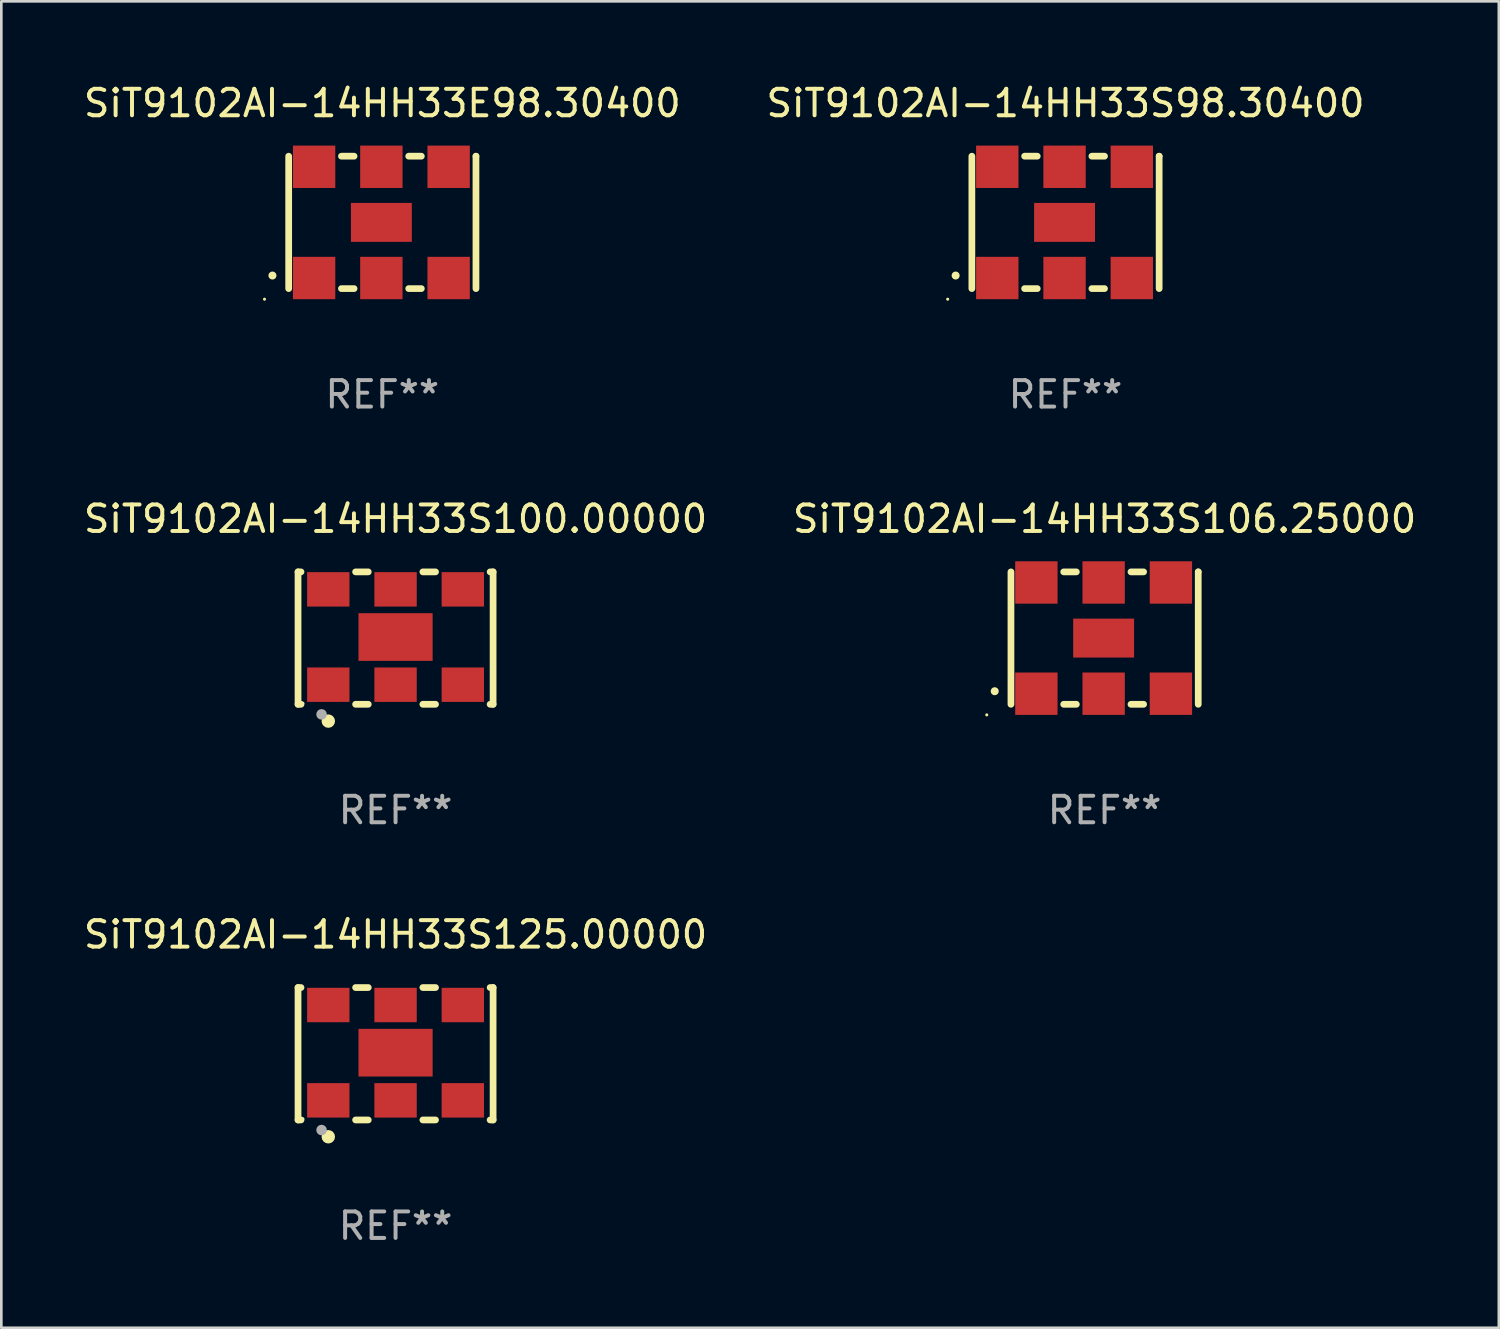
<source format=kicad_pcb>
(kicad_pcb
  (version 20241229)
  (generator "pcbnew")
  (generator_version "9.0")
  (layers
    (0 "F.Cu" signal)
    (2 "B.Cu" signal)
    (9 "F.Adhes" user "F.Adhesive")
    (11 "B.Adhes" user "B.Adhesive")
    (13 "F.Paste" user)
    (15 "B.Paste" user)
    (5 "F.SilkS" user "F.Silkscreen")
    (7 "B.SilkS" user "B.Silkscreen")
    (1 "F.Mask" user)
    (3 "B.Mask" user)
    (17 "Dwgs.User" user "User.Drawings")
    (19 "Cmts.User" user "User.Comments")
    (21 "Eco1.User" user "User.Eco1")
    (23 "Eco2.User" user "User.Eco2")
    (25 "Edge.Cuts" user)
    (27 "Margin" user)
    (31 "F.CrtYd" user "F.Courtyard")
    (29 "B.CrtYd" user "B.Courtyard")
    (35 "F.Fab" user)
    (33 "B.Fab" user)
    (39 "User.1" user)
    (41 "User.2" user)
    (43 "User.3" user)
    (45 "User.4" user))
  (footprint "SiT9102AI-14HH33S106.25000"
    (layer "F.Cu")
    (at 38.661 21.045)
    (property "Reference" "SiT9102AI-14HH33S106.25000" (at 0 -4.5 0) (layer "F.SilkS") (effects (font (size 1 1) (thickness 0.15))))
    (attr through_hole)
    (fp_line (start -3.536 -2.5) (end -3.536 2.5) (stroke (width 0.254) (type solid)) (layer "F.SilkS"))
    (fp_line (start -1.544 2.5) (end -1.067 2.5) (stroke (width 0.254) (type solid)) (layer "F.SilkS"))
    (fp_line (start -1.067 -2.5) (end -1.544 -2.5) (stroke (width 0.254) (type solid)) (layer "F.SilkS"))
    (fp_line (start 0.996 2.5) (end 1.473 2.5) (stroke (width 0.254) (type solid)) (layer "F.SilkS"))
    (fp_line (start 1.473 -2.5) (end 0.996 -2.5) (stroke (width 0.254) (type solid)) (layer "F.SilkS"))
    (fp_line (start 3.536 -2.5) (end 3.536 -2.5) (stroke (width 0.254) (type solid)) (layer "F.SilkS"))
    (fp_line (start 3.536 2.5) (end 3.536 -2.5) (stroke (width 0.254) (type solid)) (layer "F.SilkS"))
    (fp_arc (start -4.150432 2.006604) (mid -4.149162 2.006599) (end -4.147892 2.006604) (stroke (width 0.3) (type solid)) (layer "F.SilkS"))
    (fp_circle (center -4.449 2.9) (end -4.419 2.9) (stroke (width 0.06) (type solid)) (fill no) (layer "F.SilkS"))
    (fp_text user "REF**" (at 0 6.5 0) (layer "F.Fab") (effects (font (size 1 1) (thickness 0.15))))
    (pad "1" smd rect (at -2.576 2.1) (size 1.6 1.6) (layers "F.Cu" "F.Mask" "F.Paste"))
    (pad "2" smd rect (at -0.036 2.1) (size 1.6 1.6) (layers "F.Cu" "F.Mask" "F.Paste"))
    (pad "3" smd rect (at 2.504 2.1) (size 1.6 1.6) (layers "F.Cu" "F.Mask" "F.Paste"))
    (pad "4" smd rect (at 2.504 -2.1) (size 1.6 1.6) (layers "F.Cu" "F.Mask" "F.Paste"))
    (pad "5" smd rect (at -0.036 -2.1) (size 1.6 1.6) (layers "F.Cu" "F.Mask" "F.Paste"))
    (pad "6" smd rect (at -2.576 -2.1) (size 1.6 1.6) (layers "F.Cu" "F.Mask" "F.Paste"))
    (pad "7" smd rect (at -0.036 0) (size 2.3 1.47) (layers "F.Cu" "F.Mask" "F.Paste")))
  (footprint "SiT9102AI-14HH33E98.30400"
    (layer "F.Cu")
    (at 11.387 5.348)
    (property "Reference" "SiT9102AI-14HH33E98.30400" (at 0 -4.5 0) (layer "F.SilkS") (effects (font (size 1 1) (thickness 0.15))))
    (attr through_hole)
    (fp_line (start -3.536 -2.5) (end -3.536 2.5) (stroke (width 0.254) (type solid)) (layer "F.SilkS"))
    (fp_line (start -1.544 2.5) (end -1.067 2.5) (stroke (width 0.254) (type solid)) (layer "F.SilkS"))
    (fp_line (start -1.067 -2.5) (end -1.544 -2.5) (stroke (width 0.254) (type solid)) (layer "F.SilkS"))
    (fp_line (start 0.996 2.5) (end 1.473 2.5) (stroke (width 0.254) (type solid)) (layer "F.SilkS"))
    (fp_line (start 1.473 -2.5) (end 0.996 -2.5) (stroke (width 0.254) (type solid)) (layer "F.SilkS"))
    (fp_line (start 3.536 -2.5) (end 3.536 -2.5) (stroke (width 0.254) (type solid)) (layer "F.SilkS"))
    (fp_line (start 3.536 2.5) (end 3.536 -2.5) (stroke (width 0.254) (type solid)) (layer "F.SilkS"))
    (fp_arc (start -4.150432 2.006604) (mid -4.149162 2.006599) (end -4.147892 2.006604) (stroke (width 0.3) (type solid)) (layer "F.SilkS"))
    (fp_circle (center -4.449 2.9) (end -4.419 2.9) (stroke (width 0.06) (type solid)) (fill no) (layer "F.SilkS"))
    (fp_text user "REF**" (at 0 6.5 0) (layer "F.Fab") (effects (font (size 1 1) (thickness 0.15))))
    (pad "1" smd rect (at -2.576 2.1) (size 1.6 1.6) (layers "F.Cu" "F.Mask" "F.Paste"))
    (pad "2" smd rect (at -0.036 2.1) (size 1.6 1.6) (layers "F.Cu" "F.Mask" "F.Paste"))
    (pad "3" smd rect (at 2.504 2.1) (size 1.6 1.6) (layers "F.Cu" "F.Mask" "F.Paste"))
    (pad "4" smd rect (at 2.504 -2.1) (size 1.6 1.6) (layers "F.Cu" "F.Mask" "F.Paste"))
    (pad "5" smd rect (at -0.036 -2.1) (size 1.6 1.6) (layers "F.Cu" "F.Mask" "F.Paste"))
    (pad "6" smd rect (at -2.576 -2.1) (size 1.6 1.6) (layers "F.Cu" "F.Mask" "F.Paste"))
    (pad "7" smd rect (at -0.036 0) (size 2.3 1.47) (layers "F.Cu" "F.Mask" "F.Paste")))
  (footprint "SiT9102AI-14HH33S125.00000"
    (layer "F.Cu")
    (at 11.887 36.741)
    (property "Reference" "SiT9102AI-14HH33S125.00000" (at 0 -4.5 0) (layer "F.SilkS") (effects (font (size 1 1) (thickness 0.15))))
    (attr through_hole)
    (fp_line (start -3.683 -2.5) (end -3.571 -2.5) (stroke (width 0.254) (type solid)) (layer "F.SilkS"))
    (fp_line (start -3.683 2.5) (end -3.683 -2.5) (stroke (width 0.254) (type solid)) (layer "F.SilkS"))
    (fp_line (start -3.683 2.5) (end -3.571 2.5) (stroke (width 0.254) (type solid)) (layer "F.SilkS"))
    (fp_line (start -1.509 -2.5) (end -1.031 -2.5) (stroke (width 0.254) (type solid)) (layer "F.SilkS"))
    (fp_line (start -1.509 2.5) (end -1.031 2.5) (stroke (width 0.254) (type solid)) (layer "F.SilkS"))
    (fp_line (start 1.031 -2.5) (end 1.509 -2.5) (stroke (width 0.254) (type solid)) (layer "F.SilkS"))
    (fp_line (start 1.031 2.5) (end 1.509 2.5) (stroke (width 0.254) (type solid)) (layer "F.SilkS"))
    (fp_line (start 3.571 -2.5) (end 3.683 -2.5) (stroke (width 0.254) (type solid)) (layer "F.SilkS"))
    (fp_line (start 3.571 2.5) (end 3.683 2.5) (stroke (width 0.254) (type solid)) (layer "F.SilkS"))
    (fp_line (start 3.683 2.5) (end 3.683 -2.5) (stroke (width 0.254) (type solid)) (layer "F.SilkS"))
    (fp_circle (center -3.5 2.46) (end -3.47 2.46) (stroke (width 0.06) (type solid)) (fill no) (layer "F.SilkS"))
    (fp_circle (center -2.54 3.135) (end -2.413 3.135) (stroke (width 0.254) (type solid)) (fill no) (layer "F.SilkS"))
    (fp_circle (center -2.794 2.881) (end -2.694 2.881) (stroke (width 0.2) (type solid)) (fill no) (layer "F.Fab"))
    (fp_text user "REF**" (at 0 6.5 0) (layer "F.Fab") (effects (font (size 1 1) (thickness 0.15))))
    (pad "1" smd rect (at -2.54 1.76) (size 1.6 1.3) (layers "F.Cu" "F.Mask" "F.Paste"))
    (pad "2" smd rect (at 0 1.76) (size 1.6 1.3) (layers "F.Cu" "F.Mask" "F.Paste"))
    (pad "3" smd rect (at 2.54 1.76) (size 1.6 1.3) (layers "F.Cu" "F.Mask" "F.Paste"))
    (pad "4" smd rect (at 2.54 -1.84) (size 1.6 1.3) (layers "F.Cu" "F.Mask" "F.Paste"))
    (pad "5" smd rect (at 0 -1.84) (size 1.6 1.3) (layers "F.Cu" "F.Mask" "F.Paste"))
    (pad "6" smd rect (at -2.54 -1.84) (size 1.6 1.3) (layers "F.Cu" "F.Mask" "F.Paste"))
    (pad "7" smd rect (at 0 -0.04) (size 2.8 1.8) (layers "F.Cu" "F.Mask" "F.Paste")))
  (footprint "SiT9102AI-14HH33S100.00000"
    (layer "F.Cu")
    (at 11.887 21.045)
    (property "Reference" "SiT9102AI-14HH33S100.00000" (at 0 -4.5 0) (layer "F.SilkS") (effects (font (size 1 1) (thickness 0.15))))
    (attr through_hole)
    (fp_line (start -3.683 -2.5) (end -3.571 -2.5) (stroke (width 0.254) (type solid)) (layer "F.SilkS"))
    (fp_line (start -3.683 2.5) (end -3.683 -2.5) (stroke (width 0.254) (type solid)) (layer "F.SilkS"))
    (fp_line (start -3.683 2.5) (end -3.571 2.5) (stroke (width 0.254) (type solid)) (layer "F.SilkS"))
    (fp_line (start -1.509 -2.5) (end -1.031 -2.5) (stroke (width 0.254) (type solid)) (layer "F.SilkS"))
    (fp_line (start -1.509 2.5) (end -1.031 2.5) (stroke (width 0.254) (type solid)) (layer "F.SilkS"))
    (fp_line (start 1.031 -2.5) (end 1.509 -2.5) (stroke (width 0.254) (type solid)) (layer "F.SilkS"))
    (fp_line (start 1.031 2.5) (end 1.509 2.5) (stroke (width 0.254) (type solid)) (layer "F.SilkS"))
    (fp_line (start 3.571 -2.5) (end 3.683 -2.5) (stroke (width 0.254) (type solid)) (layer "F.SilkS"))
    (fp_line (start 3.571 2.5) (end 3.683 2.5) (stroke (width 0.254) (type solid)) (layer "F.SilkS"))
    (fp_line (start 3.683 2.5) (end 3.683 -2.5) (stroke (width 0.254) (type solid)) (layer "F.SilkS"))
    (fp_circle (center -3.5 2.46) (end -3.47 2.46) (stroke (width 0.06) (type solid)) (fill no) (layer "F.SilkS"))
    (fp_circle (center -2.54 3.135) (end -2.413 3.135) (stroke (width 0.254) (type solid)) (fill no) (layer "F.SilkS"))
    (fp_circle (center -2.794 2.881) (end -2.694 2.881) (stroke (width 0.2) (type solid)) (fill no) (layer "F.Fab"))
    (fp_text user "REF**" (at 0 6.5 0) (layer "F.Fab") (effects (font (size 1 1) (thickness 0.15))))
    (pad "1" smd rect (at -2.54 1.76) (size 1.6 1.3) (layers "F.Cu" "F.Mask" "F.Paste"))
    (pad "2" smd rect (at 0 1.76) (size 1.6 1.3) (layers "F.Cu" "F.Mask" "F.Paste"))
    (pad "3" smd rect (at 2.54 1.76) (size 1.6 1.3) (layers "F.Cu" "F.Mask" "F.Paste"))
    (pad "4" smd rect (at 2.54 -1.84) (size 1.6 1.3) (layers "F.Cu" "F.Mask" "F.Paste"))
    (pad "5" smd rect (at 0 -1.84) (size 1.6 1.3) (layers "F.Cu" "F.Mask" "F.Paste"))
    (pad "6" smd rect (at -2.54 -1.84) (size 1.6 1.3) (layers "F.Cu" "F.Mask" "F.Paste"))
    (pad "7" smd rect (at 0 -0.04) (size 2.8 1.8) (layers "F.Cu" "F.Mask" "F.Paste")))
  (footprint "SiT9102AI-14HH33S98.30400"
    (layer "F.Cu")
    (at 37.185 5.348)
    (property "Reference" "SiT9102AI-14HH33S98.30400" (at 0 -4.5 0) (layer "F.SilkS") (effects (font (size 1 1) (thickness 0.15))))
    (attr through_hole)
    (fp_line (start -3.536 -2.5) (end -3.536 2.5) (stroke (width 0.254) (type solid)) (layer "F.SilkS"))
    (fp_line (start -1.544 2.5) (end -1.067 2.5) (stroke (width 0.254) (type solid)) (layer "F.SilkS"))
    (fp_line (start -1.067 -2.5) (end -1.544 -2.5) (stroke (width 0.254) (type solid)) (layer "F.SilkS"))
    (fp_line (start 0.996 2.5) (end 1.473 2.5) (stroke (width 0.254) (type solid)) (layer "F.SilkS"))
    (fp_line (start 1.473 -2.5) (end 0.996 -2.5) (stroke (width 0.254) (type solid)) (layer "F.SilkS"))
    (fp_line (start 3.536 -2.5) (end 3.536 -2.5) (stroke (width 0.254) (type solid)) (layer "F.SilkS"))
    (fp_line (start 3.536 2.5) (end 3.536 -2.5) (stroke (width 0.254) (type solid)) (layer "F.SilkS"))
    (fp_arc (start -4.150432 2.006604) (mid -4.149162 2.006599) (end -4.147892 2.006604) (stroke (width 0.3) (type solid)) (layer "F.SilkS"))
    (fp_circle (center -4.449 2.9) (end -4.419 2.9) (stroke (width 0.06) (type solid)) (fill no) (layer "F.SilkS"))
    (fp_text user "REF**" (at 0 6.5 0) (layer "F.Fab") (effects (font (size 1 1) (thickness 0.15))))
    (pad "1" smd rect (at -2.576 2.1) (size 1.6 1.6) (layers "F.Cu" "F.Mask" "F.Paste"))
    (pad "2" smd rect (at -0.036 2.1) (size 1.6 1.6) (layers "F.Cu" "F.Mask" "F.Paste"))
    (pad "3" smd rect (at 2.504 2.1) (size 1.6 1.6) (layers "F.Cu" "F.Mask" "F.Paste"))
    (pad "4" smd rect (at 2.504 -2.1) (size 1.6 1.6) (layers "F.Cu" "F.Mask" "F.Paste"))
    (pad "5" smd rect (at -0.036 -2.1) (size 1.6 1.6) (layers "F.Cu" "F.Mask" "F.Paste"))
    (pad "6" smd rect (at -2.576 -2.1) (size 1.6 1.6) (layers "F.Cu" "F.Mask" "F.Paste"))
    (pad "7" smd rect (at -0.036 0) (size 2.3 1.47) (layers "F.Cu" "F.Mask" "F.Paste")))
  (gr_rect
    (start -3 -3)
    (end 53.548 47.09)
    (stroke (width 0.1) (type default))
    (fill no)
    (layer "Edge.Cuts")))
</source>
